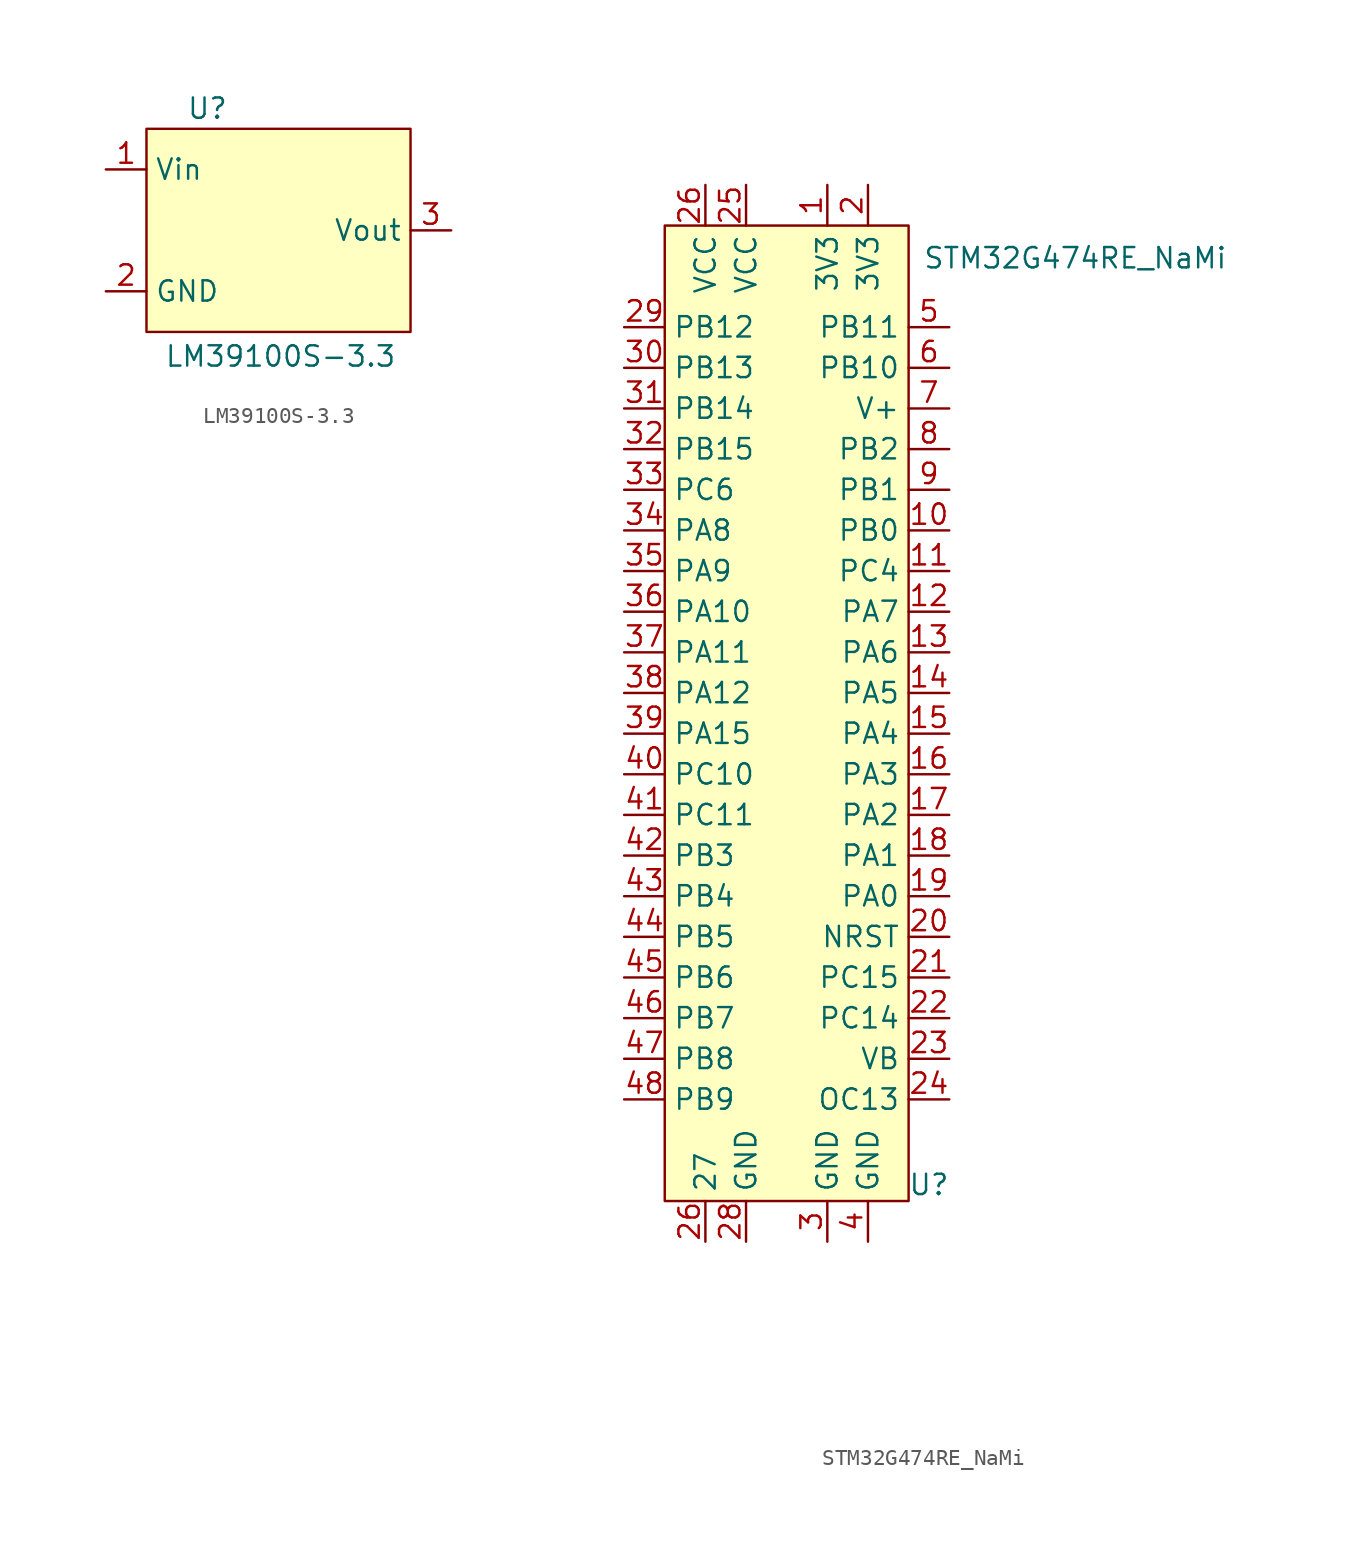
<source format=kicad_sym>
(kicad_symbol_lib
  (version 20231120)
  (generator "kicad_symbol_editor")
  (generator_version "8.0")
  (symbol "LM39100S-3.3"
    (property "Reference" "U"
      (at 0 0 0)
      (effects (font (size 1.27 1.27))))
    (property "Value" ""
      (at 0 0 0)
      (effects (font (size 1.27 1.27))))
    (symbol "LM39100S-3.3_1_1"
      (rectangle (start -3.81 -1.27) (end 12.7 -13.97) (stroke (width 0) (type solid)) (fill (type background)))
      (text "LM39100S-3.3" (at 4.572 -15.494 0) (effects (font (size 1.27 1.27) (color 1 100 101 1))))
      (pin power_in line (at -6.35 -3.81 0) (length 2.54) (name "Vin" (effects (font (size 1.27 1.27)))) (number "1" (effects (font (size 1.27 1.27)))))
      (pin input line (at -6.35 -11.43 0) (length 2.54) (name "GND" (effects (font (size 1.27 1.27)))) (number "2" (effects (font (size 1.27 1.27)))))
      (pin power_out line (at 15.24 -7.62 180) (length 2.54) (name "Vout" (effects (font (size 1.27 1.27)))) (number "3" (effects (font (size 1.27 1.27)))))))
  (symbol "STM32G474RE_NaMi"
    (property "Reference" "U"
      (at 40.64 3.556 0)
      (effects (font (size 1.27 1.27))))
    (property "Value" ""
      (at 21.59 -5.08 0)
      (effects (font (size 1.27 1.27))))
    (symbol "STM32G474RE_NaMi_1_1"
      (rectangle (start 24.13 63.5) (end 39.37 2.54) (stroke (width 0) (type default)) (fill (type background)))
      (text "STM32G474RE_NaMi" (at 49.784 61.468 0) (effects (font (size 1.27 1.27) (color 1 100 101 1))))
      (pin power_out line (at 34.29 66.04 270) (length 2.54) (name "3V3" (effects (font (size 1.27 1.27)))) (number "1" (effects (font (size 1.27 1.27)))))
      (pin output line (at 41.91 44.45 180) (length 2.54) (name "PB0" (effects (font (size 1.27 1.27)))) (number "10" (effects (font (size 1.27 1.27)))))
      (pin output line (at 41.91 41.91 180) (length 2.54) (name "PC4" (effects (font (size 1.27 1.27)))) (number "11" (effects (font (size 1.27 1.27)))))
      (pin output line (at 41.91 39.37 180) (length 2.54) (name "PA7" (effects (font (size 1.27 1.27)))) (number "12" (effects (font (size 1.27 1.27)))))
      (pin output line (at 41.91 36.83 180) (length 2.54) (name "PA6" (effects (font (size 1.27 1.27)))) (number "13" (effects (font (size 1.27 1.27)))))
      (pin output line (at 41.91 34.29 180) (length 2.54) (name "PA5" (effects (font (size 1.27 1.27)))) (number "14" (effects (font (size 1.27 1.27)))))
      (pin output line (at 41.91 31.75 180) (length 2.54) (name "PA4" (effects (font (size 1.27 1.27)))) (number "15" (effects (font (size 1.27 1.27)))))
      (pin output line (at 41.91 29.21 180) (length 2.54) (name "PA3" (effects (font (size 1.27 1.27)))) (number "16" (effects (font (size 1.27 1.27)))))
      (pin output line (at 41.91 26.67 180) (length 2.54) (name "PA2" (effects (font (size 1.27 1.27)))) (number "17" (effects (font (size 1.27 1.27)))))
      (pin output line (at 41.91 24.13 180) (length 2.54) (name "PA1" (effects (font (size 1.27 1.27)))) (number "18" (effects (font (size 1.27 1.27)))))
      (pin output line (at 41.91 21.59 180) (length 2.54) (name "PA0" (effects (font (size 1.27 1.27)))) (number "19" (effects (font (size 1.27 1.27)))))
      (pin power_out line (at 36.83 66.04 270) (length 2.54) (name "3V3" (effects (font (size 1.27 1.27)))) (number "2" (effects (font (size 1.27 1.27)))))
      (pin output line (at 41.91 19.05 180) (length 2.54) (name "NRST" (effects (font (size 1.27 1.27)))) (number "20" (effects (font (size 1.27 1.27)))))
      (pin output line (at 41.91 16.51 180) (length 2.54) (name "PC15" (effects (font (size 1.27 1.27)))) (number "21" (effects (font (size 1.27 1.27)))))
      (pin output line (at 41.91 13.97 180) (length 2.54) (name "PC14" (effects (font (size 1.27 1.27)))) (number "22" (effects (font (size 1.27 1.27)))))
      (pin output line (at 41.91 11.43 180) (length 2.54) (name "VB" (effects (font (size 1.27 1.27)))) (number "23" (effects (font (size 1.27 1.27)))))
      (pin output line (at 41.91 8.89 180) (length 2.54) (name "OC13" (effects (font (size 1.27 1.27)))) (number "24" (effects (font (size 1.27 1.27)))))
      (pin power_out line (at 29.21 66.04 270) (length 2.54) (name "VCC" (effects (font (size 1.27 1.27)))) (number "25" (effects (font (size 1.27 1.27)))))
      (pin output line (at 26.67 0 90) (length 2.54) (name "27" (effects (font (size 1.27 1.27)))) (number "26" (effects (font (size 1.27 1.27)))))
      (pin power_out line (at 26.67 66.04 270) (length 2.54) (name "VCC" (effects (font (size 1.27 1.27)))) (number "26" (effects (font (size 1.27 1.27)))))
      (pin output line (at 29.21 0 90) (length 2.54) (name "GND" (effects (font (size 1.27 1.27)))) (number "28" (effects (font (size 1.27 1.27)))))
      (pin output line (at 21.59 57.15 0) (length 2.54) (name "PB12" (effects (font (size 1.27 1.27)))) (number "29" (effects (font (size 1.27 1.27)))))
      (pin output line (at 34.29 0 90) (length 2.54) (name "GND" (effects (font (size 1.27 1.27)))) (number "3" (effects (font (size 1.27 1.27)))))
      (pin output line (at 21.59 54.61 0) (length 2.54) (name "PB13" (effects (font (size 1.27 1.27)))) (number "30" (effects (font (size 1.27 1.27)))))
      (pin output line (at 21.59 52.07 0) (length 2.54) (name "PB14" (effects (font (size 1.27 1.27)))) (number "31" (effects (font (size 1.27 1.27)))))
      (pin output line (at 21.59 49.53 0) (length 2.54) (name "PB15" (effects (font (size 1.27 1.27)))) (number "32" (effects (font (size 1.27 1.27)))))
      (pin output line (at 21.59 46.99 0) (length 2.54) (name "PC6" (effects (font (size 1.27 1.27)))) (number "33" (effects (font (size 1.27 1.27)))))
      (pin output line (at 21.59 44.45 0) (length 2.54) (name "PA8" (effects (font (size 1.27 1.27)))) (number "34" (effects (font (size 1.27 1.27)))))
      (pin output line (at 21.59 41.91 0) (length 2.54) (name "PA9" (effects (font (size 1.27 1.27)))) (number "35" (effects (font (size 1.27 1.27)))))
      (pin output line (at 21.59 39.37 0) (length 2.54) (name "PA10" (effects (font (size 1.27 1.27)))) (number "36" (effects (font (size 1.27 1.27)))))
      (pin output line (at 21.59 36.83 0) (length 2.54) (name "PA11" (effects (font (size 1.27 1.27)))) (number "37" (effects (font (size 1.27 1.27)))))
      (pin output line (at 21.59 34.29 0) (length 2.54) (name "PA12" (effects (font (size 1.27 1.27)))) (number "38" (effects (font (size 1.27 1.27)))))
      (pin output line (at 21.59 31.75 0) (length 2.54) (name "PA15" (effects (font (size 1.27 1.27)))) (number "39" (effects (font (size 1.27 1.27)))))
      (pin output line (at 36.83 0 90) (length 2.54) (name "GND" (effects (font (size 1.27 1.27)))) (number "4" (effects (font (size 1.27 1.27)))))
      (pin output line (at 21.59 29.21 0) (length 2.54) (name "PC10" (effects (font (size 1.27 1.27)))) (number "40" (effects (font (size 1.27 1.27)))))
      (pin output line (at 21.59 26.67 0) (length 2.54) (name "PC11" (effects (font (size 1.27 1.27)))) (number "41" (effects (font (size 1.27 1.27)))))
      (pin output line (at 21.59 24.13 0) (length 2.54) (name "PB3" (effects (font (size 1.27 1.27)))) (number "42" (effects (font (size 1.27 1.27)))))
      (pin output line (at 21.59 21.59 0) (length 2.54) (name "PB4" (effects (font (size 1.27 1.27)))) (number "43" (effects (font (size 1.27 1.27)))))
      (pin output line (at 21.59 19.05 0) (length 2.54) (name "PB5" (effects (font (size 1.27 1.27)))) (number "44" (effects (font (size 1.27 1.27)))))
      (pin output line (at 21.59 16.51 0) (length 2.54) (name "PB6" (effects (font (size 1.27 1.27)))) (number "45" (effects (font (size 1.27 1.27)))))
      (pin output line (at 21.59 13.97 0) (length 2.54) (name "PB7" (effects (font (size 1.27 1.27)))) (number "46" (effects (font (size 1.27 1.27)))))
      (pin output line (at 21.59 11.43 0) (length 2.54) (name "PB8" (effects (font (size 1.27 1.27)))) (number "47" (effects (font (size 1.27 1.27)))))
      (pin output line (at 21.59 8.89 0) (length 2.54) (name "PB9" (effects (font (size 1.27 1.27)))) (number "48" (effects (font (size 1.27 1.27)))))
      (pin output line (at 41.91 57.15 180) (length 2.54) (name "PB11" (effects (font (size 1.27 1.27)))) (number "5" (effects (font (size 1.27 1.27)))))
      (pin output line (at 41.91 54.61 180) (length 2.54) (name "PB10" (effects (font (size 1.27 1.27)))) (number "6" (effects (font (size 1.27 1.27)))))
      (pin power_in line (at 41.91 52.07 180) (length 2.54) (name "V+" (effects (font (size 1.27 1.27)))) (number "7" (effects (font (size 1.27 1.27)))))
      (pin output line (at 41.91 49.53 180) (length 2.54) (name "PB2" (effects (font (size 1.27 1.27)))) (number "8" (effects (font (size 1.27 1.27)))))
      (pin output line (at 41.91 46.99 180) (length 2.54) (name "PB1" (effects (font (size 1.27 1.27)))) (number "9" (effects (font (size 1.27 1.27))))))))
</source>
